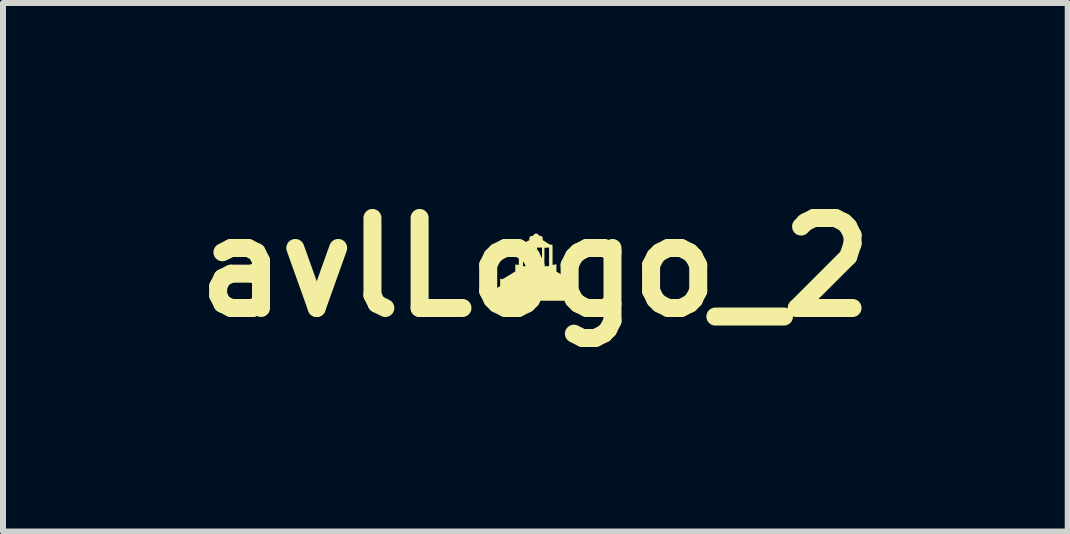
<source format=kicad_pcb>
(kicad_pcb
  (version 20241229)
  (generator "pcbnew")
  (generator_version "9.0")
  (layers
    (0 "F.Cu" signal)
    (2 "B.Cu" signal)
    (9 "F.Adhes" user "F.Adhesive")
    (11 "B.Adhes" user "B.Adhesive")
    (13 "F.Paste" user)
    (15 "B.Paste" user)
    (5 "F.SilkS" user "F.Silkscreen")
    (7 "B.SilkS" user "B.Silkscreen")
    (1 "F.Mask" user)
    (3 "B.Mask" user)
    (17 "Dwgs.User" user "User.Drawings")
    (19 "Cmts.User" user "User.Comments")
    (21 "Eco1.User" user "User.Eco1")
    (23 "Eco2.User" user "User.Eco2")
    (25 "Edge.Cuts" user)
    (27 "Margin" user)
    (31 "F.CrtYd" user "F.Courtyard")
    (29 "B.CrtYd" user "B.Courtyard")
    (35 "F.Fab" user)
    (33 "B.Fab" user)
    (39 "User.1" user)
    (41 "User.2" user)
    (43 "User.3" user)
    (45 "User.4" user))
  (footprint "avlLogo_2"
    (layer "F.Cu")
    (at 5.871 1.404)
    (property "Reference" "avlLogo_2" (at 0 0 0) (layer "F.SilkS") (effects (font (size 1.5 1.5) (thickness 0.3))))
    (attr board_only exclude_from_pos_files exclude_from_bom)
    (fp_poly (pts (xy 0.034 -0.559) (xy 0.05 -0.546) (xy 0.056 -0.536) (xy 0.068 -0.526) (xy 0.083 -0.523) (xy 0.104 -0.517) (xy 0.117 -0.506) (xy 0.123 -0.486) (xy 0.123 -0.474) (xy 0.124 -0.456) (xy 0.128 -0.447) (xy 0.132 -0.445) (xy 0.14 -0.442) (xy 0.155 -0.433) (xy 0.175 -0.421) (xy 0.19 -0.41) (xy 0.221 -0.39) (xy 0.244 -0.378) (xy 0.263 -0.375) (xy 0.276 -0.379) (xy 0.28 -0.382) (xy 0.282 -0.382) (xy 0.284 -0.375) (xy 0.285 -0.362) (xy 0.286 -0.341) (xy 0.287 -0.311) (xy 0.287 -0.271) (xy 0.287 -0.22) (xy 0.287 -0.215) (xy 0.287 -0.041) (xy 0.307 -0.041) (xy 0.322 -0.043) (xy 0.331 -0.046) (xy 0.331 -0.047) (xy 0.34 -0.052) (xy 0.343 -0.053) (xy 0.347 -0.051) (xy 0.35 -0.043) (xy 0.351 -0.028) (xy 0.352 -0.004) (xy 0.352 0.01) (xy 0.352 0.073) (xy 0.462 0.139) (xy 0.498 0.161) (xy 0.525 0.177) (xy 0.545 0.188) (xy 0.559 0.195) (xy 0.569 0.199) (xy 0.576 0.199) (xy 0.581 0.198) (xy 0.584 0.196) (xy 0.598 0.187) (xy 0.598 0.252) (xy 0.598 0.278) (xy 0.599 0.299) (xy 0.601 0.312) (xy 0.603 0.316) (xy 0.61 0.319) (xy 0.624 0.327) (xy 0.643 0.339) (xy 0.666 0.352) (xy 0.689 0.367) (xy 0.71 0.381) (xy 0.728 0.392) (xy 0.74 0.401) (xy 0.74 0.401) (xy 0.745 0.405) (xy 0.747 0.411) (xy 0.745 0.421) (xy 0.74 0.437) (xy 0.733 0.455) (xy 0.723 0.481) (xy 0.713 0.507) (xy 0.704 0.527) (xy 0.704 0.529) (xy 0.691 0.557) (xy 0.001 0.557) (xy -0.69 0.557) (xy -0.708 0.517) (xy -0.718 0.494) (xy -0.728 0.471) (xy -0.734 0.454) (xy -0.74 0.437) (xy -0.745 0.424) (xy -0.746 0.422) (xy -0.745 0.417) (xy -0.736 0.408) (xy -0.72 0.396) (xy -0.695 0.38) (xy -0.668 0.363) (xy -0.586 0.314) (xy -0.586 0.251) (xy -0.586 0.225) (xy -0.585 0.204) (xy -0.584 0.191) (xy -0.583 0.188) (xy -0.576 0.19) (xy -0.567 0.196) (xy -0.562 0.198) (xy -0.556 0.199) (xy -0.549 0.197) (xy -0.537 0.192) (xy -0.521 0.183) (xy -0.498 0.17) (xy -0.467 0.151) (xy -0.444 0.137) (xy -0.334 0.069) (xy -0.334 0.008) (xy -0.334 -0.018) (xy 0.149 -0.018) (xy 0.189 -0.018) (xy 0.229 -0.018) (xy 0.229 -0.173) (xy 0.229 -0.329) (xy 0.19 -0.327) (xy 0.152 -0.325) (xy 0.151 -0.171) (xy 0.149 -0.018) (xy -0.334 -0.018) (xy -0.333 -0.023) (xy -0.331 -0.043) (xy -0.328 -0.052) (xy -0.322 -0.051) (xy -0.319 -0.047) (xy -0.312 -0.043) (xy -0.297 -0.041) (xy -0.296 -0.041) (xy -0.275 -0.041) (xy -0.275 -0.215) (xy -0.275 -0.267) (xy -0.275 -0.307) (xy -0.275 -0.329) (xy -0.205 -0.329) (xy -0.205 -0.173) (xy -0.205 -0.018) (xy -0.164 -0.018) (xy -0.123 -0.018) (xy -0.124 -0.171) (xy -0.126 -0.325) (xy -0.166 -0.327) (xy -0.193 -0.328) (xy -0.088 -0.328) (xy -0.088 -0.173) (xy -0.088 -0.018) (xy -0.047 -0.018) (xy -0.006 -0.018) (xy -0.006 -0.173) (xy -0.006 -0.328) (xy 0.029 -0.328) (xy 0.029 -0.173) (xy 0.029 -0.018) (xy 0.07 -0.018) (xy 0.111 -0.018) (xy 0.111 -0.173) (xy 0.111 -0.328) (xy 0.07 -0.328) (xy 0.029 -0.328) (xy -0.006 -0.328) (xy -0.047 -0.328) (xy -0.088 -0.328) (xy -0.193 -0.328) (xy -0.205 -0.329) (xy -0.275 -0.329) (xy -0.274 -0.338) (xy -0.274 -0.36) (xy -0.272 -0.374) (xy -0.271 -0.381) (xy -0.269 -0.382) (xy -0.268 -0.382) (xy -0.258 -0.378) (xy -0.242 -0.375) (xy -0.238 -0.375) (xy -0.225 -0.376) (xy -0.212 -0.381) (xy -0.197 -0.389) (xy -0.177 -0.404) (xy -0.168 -0.41) (xy -0.148 -0.425) (xy -0.129 -0.437) (xy -0.116 -0.444) (xy -0.111 -0.445) (xy -0.104 -0.447) (xy -0.101 -0.454) (xy -0.1 -0.469) (xy -0.1 -0.474) (xy -0.097 -0.498) (xy -0.087 -0.513) (xy -0.069 -0.521) (xy -0.056 -0.522) (xy -0.04 -0.524) (xy -0.032 -0.531) (xy -0.031 -0.532) (xy -0.019 -0.551) (xy -0.001 -0.561) (xy 0.011 -0.562)) (stroke (width 0) (type solid)) (fill yes) (layer "F.SilkS")))
  (gr_rect
    (start -3 -3)
    (end 14.743 5.808)
    (stroke (width 0.1) (type default))
    (fill no)
    (layer "Edge.Cuts")))
</source>
